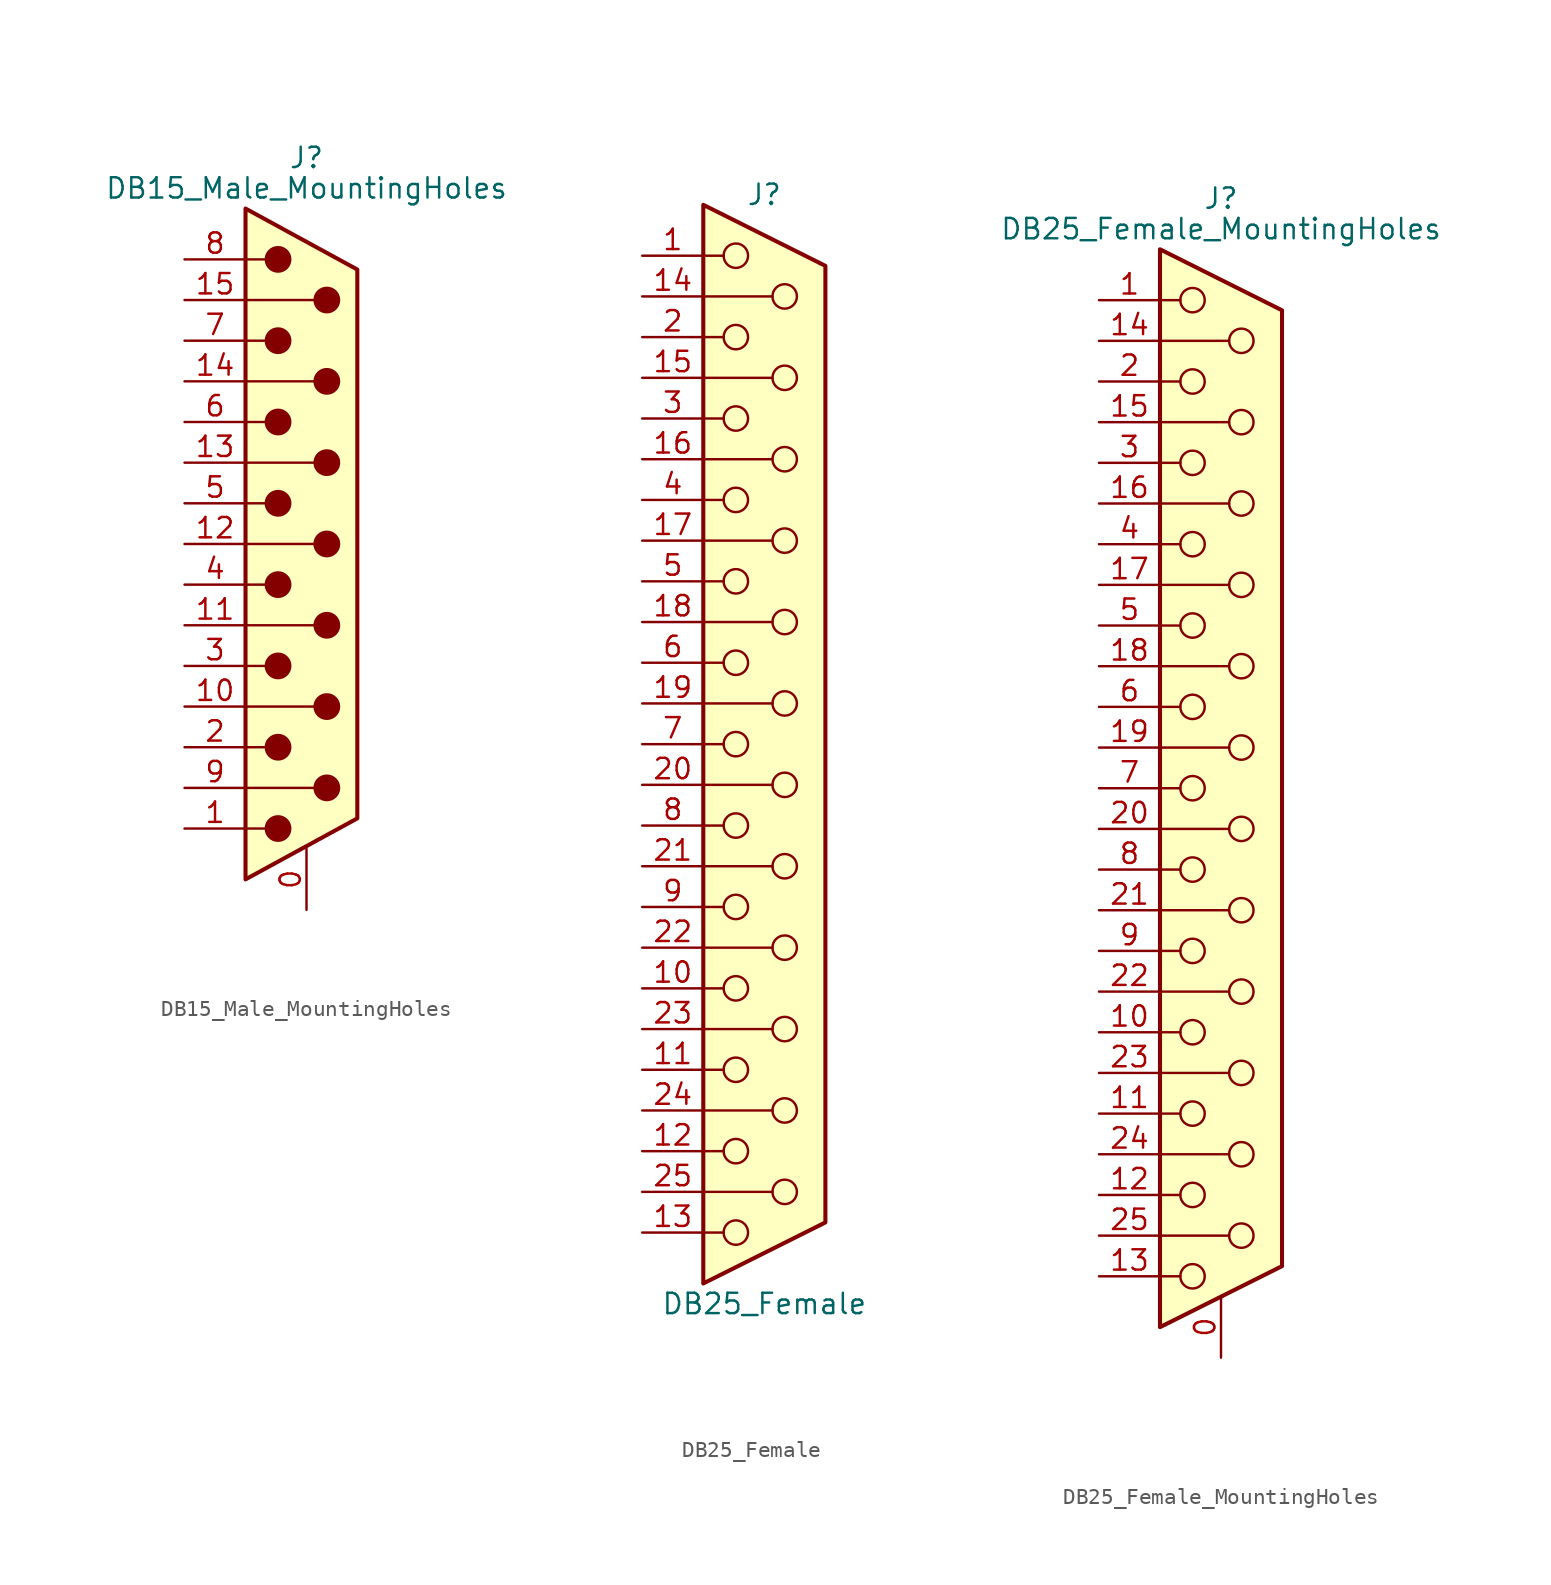
<source format=kicad_sym>
(kicad_symbol_lib
  (version 20201005)
  (generator kicad_symbol_editor)
  (symbol "Connector:DB15_Male_MountingHoles"
    (pin_names
      (offset 1.016) hide)
    (property "Reference" "J"
      (at 0 24.13 0)
      (effects (font (size 1.27 1.27))))
    (property "Value" "DB15_Male_MountingHoles"
      (at 0 22.225 0)
      (effects (font (size 1.27 1.27))))
    (symbol "DB15_Male_MountingHoles_0_1"
      (circle (center -1.778 -17.78) (radius 0.762) (stroke (width 0)) (fill (type outline)))
      (circle (center -1.778 -12.7) (radius 0.762) (stroke (width 0)) (fill (type outline)))
      (circle (center -1.778 -7.62) (radius 0.762) (stroke (width 0)) (fill (type outline)))
      (circle (center -1.778 -2.54) (radius 0.762) (stroke (width 0)) (fill (type outline)))
      (circle (center -1.778 2.54) (radius 0.762) (stroke (width 0)) (fill (type outline)))
      (circle (center -1.778 7.62) (radius 0.762) (stroke (width 0)) (fill (type outline)))
      (circle (center -1.778 12.7) (radius 0.762) (stroke (width 0)) (fill (type outline)))
      (circle (center -1.778 17.78) (radius 0.762) (stroke (width 0)) (fill (type outline)))
      (circle (center 1.27 -15.24) (radius 0.762) (stroke (width 0)) (fill (type outline)))
      (circle (center 1.27 -10.16) (radius 0.762) (stroke (width 0)) (fill (type outline)))
      (circle (center 1.27 -5.08) (radius 0.762) (stroke (width 0)) (fill (type outline)))
      (circle (center 1.27 0) (radius 0.762) (stroke (width 0)) (fill (type outline)))
      (circle (center 1.27 5.08) (radius 0.762) (stroke (width 0)) (fill (type outline)))
      (circle (center 1.27 10.16) (radius 0.762) (stroke (width 0)) (fill (type outline)))
      (circle (center 1.27 15.24) (radius 0.762) (stroke (width 0)) (fill (type outline)))
      (polyline (pts (xy -3.81 -17.78) (xy -2.54 -17.78)) (stroke (width 0)) (fill (type none)))
      (polyline (pts (xy -3.81 -15.24) (xy 0.508 -15.24)) (stroke (width 0)) (fill (type none)))
      (polyline (pts (xy -3.81 -12.7) (xy -2.54 -12.7)) (stroke (width 0)) (fill (type none)))
      (polyline (pts (xy -3.81 -10.16) (xy 0.508 -10.16)) (stroke (width 0)) (fill (type none)))
      (polyline (pts (xy -3.81 -7.62) (xy -2.54 -7.62)) (stroke (width 0)) (fill (type none)))
      (polyline (pts (xy -3.81 -5.08) (xy 0.508 -5.08)) (stroke (width 0)) (fill (type none)))
      (polyline (pts (xy -3.81 -2.54) (xy -2.54 -2.54)) (stroke (width 0)) (fill (type none)))
      (polyline (pts (xy -3.81 0) (xy 0.508 0)) (stroke (width 0)) (fill (type none)))
      (polyline (pts (xy -3.81 2.54) (xy -2.54 2.54)) (stroke (width 0)) (fill (type none)))
      (polyline (pts (xy -3.81 5.08) (xy 0.508 5.08)) (stroke (width 0)) (fill (type none)))
      (polyline (pts (xy -3.81 7.62) (xy -2.54 7.62)) (stroke (width 0)) (fill (type none)))
      (polyline (pts (xy -3.81 10.16) (xy 0.508 10.16)) (stroke (width 0)) (fill (type none)))
      (polyline (pts (xy -3.81 12.7) (xy -2.54 12.7)) (stroke (width 0)) (fill (type none)))
      (polyline (pts (xy -3.81 15.24) (xy 0.508 15.24)) (stroke (width 0)) (fill (type none)))
      (polyline (pts (xy -3.81 17.78) (xy -2.54 17.78)) (stroke (width 0)) (fill (type none)))
      (polyline (pts (xy -3.81 -20.955) (xy 3.175 -17.145) (xy 3.175 17.145) (xy -3.81 20.955) (xy -3.81 -20.955)) (stroke (width 0.254)) (fill (type background))))
    (symbol "DB15_Male_MountingHoles_1_1"
      (pin passive line (at 0 -22.86 90) (length 3.81) (name "PAD" (effects (font (size 1.27 1.27)))) (number "0" (effects (font (size 1.27 1.27)))))
      (pin passive line (at -7.62 -17.78 0) (length 3.81) (name "1" (effects (font (size 1.27 1.27)))) (number "1" (effects (font (size 1.27 1.27)))))
      (pin passive line (at -7.62 -10.16 0) (length 3.81) (name "P10" (effects (font (size 1.27 1.27)))) (number "10" (effects (font (size 1.27 1.27)))))
      (pin passive line (at -7.62 -5.08 0) (length 3.81) (name "P111" (effects (font (size 1.27 1.27)))) (number "11" (effects (font (size 1.27 1.27)))))
      (pin passive line (at -7.62 0 0) (length 3.81) (name "P12" (effects (font (size 1.27 1.27)))) (number "12" (effects (font (size 1.27 1.27)))))
      (pin passive line (at -7.62 5.08 0) (length 3.81) (name "P13" (effects (font (size 1.27 1.27)))) (number "13" (effects (font (size 1.27 1.27)))))
      (pin passive line (at -7.62 10.16 0) (length 3.81) (name "P14" (effects (font (size 1.27 1.27)))) (number "14" (effects (font (size 1.27 1.27)))))
      (pin passive line (at -7.62 15.24 0) (length 3.81) (name "P15" (effects (font (size 1.27 1.27)))) (number "15" (effects (font (size 1.27 1.27)))))
      (pin passive line (at -7.62 -12.7 0) (length 3.81) (name "2" (effects (font (size 1.27 1.27)))) (number "2" (effects (font (size 1.27 1.27)))))
      (pin passive line (at -7.62 -7.62 0) (length 3.81) (name "3" (effects (font (size 1.27 1.27)))) (number "3" (effects (font (size 1.27 1.27)))))
      (pin passive line (at -7.62 -2.54 0) (length 3.81) (name "4" (effects (font (size 1.27 1.27)))) (number "4" (effects (font (size 1.27 1.27)))))
      (pin passive line (at -7.62 2.54 0) (length 3.81) (name "5" (effects (font (size 1.27 1.27)))) (number "5" (effects (font (size 1.27 1.27)))))
      (pin passive line (at -7.62 7.62 0) (length 3.81) (name "6" (effects (font (size 1.27 1.27)))) (number "6" (effects (font (size 1.27 1.27)))))
      (pin passive line (at -7.62 12.7 0) (length 3.81) (name "7" (effects (font (size 1.27 1.27)))) (number "7" (effects (font (size 1.27 1.27)))))
      (pin passive line (at -7.62 17.78 0) (length 3.81) (name "8" (effects (font (size 1.27 1.27)))) (number "8" (effects (font (size 1.27 1.27)))))
      (pin passive line (at -7.62 -15.24 0) (length 3.81) (name "P9" (effects (font (size 1.27 1.27)))) (number "9" (effects (font (size 1.27 1.27)))))))
  (symbol "Connector:DB25_Female"
    (pin_names
      (offset 1.016) hide)
    (property "Reference" "J"
      (at 0 34.29 0)
      (effects (font (size 1.27 1.27))))
    (property "Value" "DB25_Female"
      (at 0 -34.925 0)
      (effects (font (size 1.27 1.27))))
    (symbol "DB25_Female_0_1"
      (circle (center -1.778 -30.48) (radius 0.762) (stroke (width 0)) (fill (type none)))
      (circle (center -1.778 -25.4) (radius 0.762) (stroke (width 0)) (fill (type none)))
      (circle (center -1.778 -20.32) (radius 0.762) (stroke (width 0)) (fill (type none)))
      (circle (center -1.778 -15.24) (radius 0.762) (stroke (width 0)) (fill (type none)))
      (circle (center -1.778 -10.16) (radius 0.762) (stroke (width 0)) (fill (type none)))
      (circle (center -1.778 -5.08) (radius 0.762) (stroke (width 0)) (fill (type none)))
      (circle (center -1.778 0) (radius 0.762) (stroke (width 0)) (fill (type none)))
      (circle (center -1.778 5.08) (radius 0.762) (stroke (width 0)) (fill (type none)))
      (circle (center -1.778 10.16) (radius 0.762) (stroke (width 0)) (fill (type none)))
      (circle (center -1.778 15.24) (radius 0.762) (stroke (width 0)) (fill (type none)))
      (circle (center -1.778 20.32) (radius 0.762) (stroke (width 0)) (fill (type none)))
      (circle (center -1.778 25.4) (radius 0.762) (stroke (width 0)) (fill (type none)))
      (circle (center -1.778 30.48) (radius 0.762) (stroke (width 0)) (fill (type none)))
      (circle (center 1.27 -27.94) (radius 0.762) (stroke (width 0)) (fill (type none)))
      (circle (center 1.27 -22.86) (radius 0.762) (stroke (width 0)) (fill (type none)))
      (circle (center 1.27 -17.78) (radius 0.762) (stroke (width 0)) (fill (type none)))
      (circle (center 1.27 -12.7) (radius 0.762) (stroke (width 0)) (fill (type none)))
      (circle (center 1.27 -7.62) (radius 0.762) (stroke (width 0)) (fill (type none)))
      (circle (center 1.27 -2.54) (radius 0.762) (stroke (width 0)) (fill (type none)))
      (circle (center 1.27 2.54) (radius 0.762) (stroke (width 0)) (fill (type none)))
      (circle (center 1.27 7.62) (radius 0.762) (stroke (width 0)) (fill (type none)))
      (circle (center 1.27 12.7) (radius 0.762) (stroke (width 0)) (fill (type none)))
      (circle (center 1.27 17.78) (radius 0.762) (stroke (width 0)) (fill (type none)))
      (circle (center 1.27 22.86) (radius 0.762) (stroke (width 0)) (fill (type none)))
      (circle (center 1.27 27.94) (radius 0.762) (stroke (width 0)) (fill (type none)))
      (polyline (pts (xy -3.81 -30.48) (xy -2.54 -30.48)) (stroke (width 0)) (fill (type none)))
      (polyline (pts (xy -3.81 -27.94) (xy 0.508 -27.94)) (stroke (width 0)) (fill (type none)))
      (polyline (pts (xy -3.81 -25.4) (xy -2.54 -25.4)) (stroke (width 0)) (fill (type none)))
      (polyline (pts (xy -3.81 -22.86) (xy 0.508 -22.86)) (stroke (width 0)) (fill (type none)))
      (polyline (pts (xy -3.81 -20.32) (xy -2.54 -20.32)) (stroke (width 0)) (fill (type none)))
      (polyline (pts (xy -3.81 -17.78) (xy 0.508 -17.78)) (stroke (width 0)) (fill (type none)))
      (polyline (pts (xy -3.81 -15.24) (xy -2.54 -15.24)) (stroke (width 0)) (fill (type none)))
      (polyline (pts (xy -3.81 -12.7) (xy 0.508 -12.7)) (stroke (width 0)) (fill (type none)))
      (polyline (pts (xy -3.81 -10.16) (xy -2.54 -10.16)) (stroke (width 0)) (fill (type none)))
      (polyline (pts (xy -3.81 -7.62) (xy 0.508 -7.62)) (stroke (width 0)) (fill (type none)))
      (polyline (pts (xy -3.81 -5.08) (xy -2.54 -5.08)) (stroke (width 0)) (fill (type none)))
      (polyline (pts (xy -3.81 -2.54) (xy 0.508 -2.54)) (stroke (width 0)) (fill (type none)))
      (polyline (pts (xy -3.81 0) (xy -2.54 0)) (stroke (width 0)) (fill (type none)))
      (polyline (pts (xy -3.81 2.54) (xy 0.508 2.54)) (stroke (width 0)) (fill (type none)))
      (polyline (pts (xy -3.81 5.08) (xy -2.54 5.08)) (stroke (width 0)) (fill (type none)))
      (polyline (pts (xy -3.81 7.62) (xy 0.508 7.62)) (stroke (width 0)) (fill (type none)))
      (polyline (pts (xy -3.81 10.16) (xy -2.54 10.16)) (stroke (width 0)) (fill (type none)))
      (polyline (pts (xy -3.81 12.7) (xy 0.508 12.7)) (stroke (width 0)) (fill (type none)))
      (polyline (pts (xy -3.81 15.24) (xy -2.54 15.24)) (stroke (width 0)) (fill (type none)))
      (polyline (pts (xy -3.81 17.78) (xy 0.508 17.78)) (stroke (width 0)) (fill (type none)))
      (polyline (pts (xy -3.81 20.32) (xy -2.54 20.32)) (stroke (width 0)) (fill (type none)))
      (polyline (pts (xy -3.81 22.86) (xy 0.508 22.86)) (stroke (width 0)) (fill (type none)))
      (polyline (pts (xy -3.81 25.4) (xy -2.54 25.4)) (stroke (width 0)) (fill (type none)))
      (polyline (pts (xy -3.81 27.94) (xy 0.508 27.94)) (stroke (width 0)) (fill (type none)))
      (polyline (pts (xy -3.81 30.48) (xy -2.54 30.48)) (stroke (width 0)) (fill (type none)))
      (polyline (pts (xy -3.81 33.655) (xy 3.81 29.845) (xy 3.81 -29.845) (xy -3.81 -33.655) (xy -3.81 33.655)) (stroke (width 0.254)) (fill (type background))))
    (symbol "DB25_Female_1_1"
      (pin passive line (at -7.62 30.48 0) (length 3.81) (name "1" (effects (font (size 1.27 1.27)))) (number "1" (effects (font (size 1.27 1.27)))))
      (pin passive line (at -7.62 -15.24 0) (length 3.81) (name "10" (effects (font (size 1.27 1.27)))) (number "10" (effects (font (size 1.27 1.27)))))
      (pin passive line (at -7.62 -20.32 0) (length 3.81) (name "11" (effects (font (size 1.27 1.27)))) (number "11" (effects (font (size 1.27 1.27)))))
      (pin passive line (at -7.62 -25.4 0) (length 3.81) (name "12" (effects (font (size 1.27 1.27)))) (number "12" (effects (font (size 1.27 1.27)))))
      (pin passive line (at -7.62 -30.48 0) (length 3.81) (name "13" (effects (font (size 1.27 1.27)))) (number "13" (effects (font (size 1.27 1.27)))))
      (pin passive line (at -7.62 27.94 0) (length 3.81) (name "P14" (effects (font (size 1.27 1.27)))) (number "14" (effects (font (size 1.27 1.27)))))
      (pin passive line (at -7.62 22.86 0) (length 3.81) (name "P15" (effects (font (size 1.27 1.27)))) (number "15" (effects (font (size 1.27 1.27)))))
      (pin passive line (at -7.62 17.78 0) (length 3.81) (name "P16" (effects (font (size 1.27 1.27)))) (number "16" (effects (font (size 1.27 1.27)))))
      (pin passive line (at -7.62 12.7 0) (length 3.81) (name "P17" (effects (font (size 1.27 1.27)))) (number "17" (effects (font (size 1.27 1.27)))))
      (pin passive line (at -7.62 7.62 0) (length 3.81) (name "P18" (effects (font (size 1.27 1.27)))) (number "18" (effects (font (size 1.27 1.27)))))
      (pin passive line (at -7.62 2.54 0) (length 3.81) (name "P19" (effects (font (size 1.27 1.27)))) (number "19" (effects (font (size 1.27 1.27)))))
      (pin passive line (at -7.62 25.4 0) (length 3.81) (name "2" (effects (font (size 1.27 1.27)))) (number "2" (effects (font (size 1.27 1.27)))))
      (pin passive line (at -7.62 -2.54 0) (length 3.81) (name "P20" (effects (font (size 1.27 1.27)))) (number "20" (effects (font (size 1.27 1.27)))))
      (pin passive line (at -7.62 -7.62 0) (length 3.81) (name "P21" (effects (font (size 1.27 1.27)))) (number "21" (effects (font (size 1.27 1.27)))))
      (pin passive line (at -7.62 -12.7 0) (length 3.81) (name "P22" (effects (font (size 1.27 1.27)))) (number "22" (effects (font (size 1.27 1.27)))))
      (pin passive line (at -7.62 -17.78 0) (length 3.81) (name "P23" (effects (font (size 1.27 1.27)))) (number "23" (effects (font (size 1.27 1.27)))))
      (pin passive line (at -7.62 -22.86 0) (length 3.81) (name "P24" (effects (font (size 1.27 1.27)))) (number "24" (effects (font (size 1.27 1.27)))))
      (pin passive line (at -7.62 -27.94 0) (length 3.81) (name "P25" (effects (font (size 1.27 1.27)))) (number "25" (effects (font (size 1.27 1.27)))))
      (pin passive line (at -7.62 20.32 0) (length 3.81) (name "3" (effects (font (size 1.27 1.27)))) (number "3" (effects (font (size 1.27 1.27)))))
      (pin passive line (at -7.62 15.24 0) (length 3.81) (name "4" (effects (font (size 1.27 1.27)))) (number "4" (effects (font (size 1.27 1.27)))))
      (pin passive line (at -7.62 10.16 0) (length 3.81) (name "5" (effects (font (size 1.27 1.27)))) (number "5" (effects (font (size 1.27 1.27)))))
      (pin passive line (at -7.62 5.08 0) (length 3.81) (name "6" (effects (font (size 1.27 1.27)))) (number "6" (effects (font (size 1.27 1.27)))))
      (pin passive line (at -7.62 0 0) (length 3.81) (name "7" (effects (font (size 1.27 1.27)))) (number "7" (effects (font (size 1.27 1.27)))))
      (pin passive line (at -7.62 -5.08 0) (length 3.81) (name "8" (effects (font (size 1.27 1.27)))) (number "8" (effects (font (size 1.27 1.27)))))
      (pin passive line (at -7.62 -10.16 0) (length 3.81) (name "9" (effects (font (size 1.27 1.27)))) (number "9" (effects (font (size 1.27 1.27)))))))
  (symbol "Connector:DB25_Female_MountingHoles"
    (pin_names
      (offset 1.016) hide)
    (property "Reference" "J"
      (at 0 36.83 0)
      (effects (font (size 1.27 1.27))))
    (property "Value" "DB25_Female_MountingHoles"
      (at 0 34.925 0)
      (effects (font (size 1.27 1.27))))
    (symbol "DB25_Female_MountingHoles_0_1"
      (circle (center -1.778 -30.48) (radius 0.762) (stroke (width 0)) (fill (type none)))
      (circle (center -1.778 -25.4) (radius 0.762) (stroke (width 0)) (fill (type none)))
      (circle (center -1.778 -20.32) (radius 0.762) (stroke (width 0)) (fill (type none)))
      (circle (center -1.778 -15.24) (radius 0.762) (stroke (width 0)) (fill (type none)))
      (circle (center -1.778 -10.16) (radius 0.762) (stroke (width 0)) (fill (type none)))
      (circle (center -1.778 -5.08) (radius 0.762) (stroke (width 0)) (fill (type none)))
      (circle (center -1.778 0) (radius 0.762) (stroke (width 0)) (fill (type none)))
      (circle (center -1.778 5.08) (radius 0.762) (stroke (width 0)) (fill (type none)))
      (circle (center -1.778 10.16) (radius 0.762) (stroke (width 0)) (fill (type none)))
      (circle (center -1.778 15.24) (radius 0.762) (stroke (width 0)) (fill (type none)))
      (circle (center -1.778 20.32) (radius 0.762) (stroke (width 0)) (fill (type none)))
      (circle (center -1.778 25.4) (radius 0.762) (stroke (width 0)) (fill (type none)))
      (circle (center -1.778 30.48) (radius 0.762) (stroke (width 0)) (fill (type none)))
      (circle (center 1.27 -27.94) (radius 0.762) (stroke (width 0)) (fill (type none)))
      (circle (center 1.27 -22.86) (radius 0.762) (stroke (width 0)) (fill (type none)))
      (circle (center 1.27 -17.78) (radius 0.762) (stroke (width 0)) (fill (type none)))
      (circle (center 1.27 -12.7) (radius 0.762) (stroke (width 0)) (fill (type none)))
      (circle (center 1.27 -7.62) (radius 0.762) (stroke (width 0)) (fill (type none)))
      (circle (center 1.27 -2.54) (radius 0.762) (stroke (width 0)) (fill (type none)))
      (circle (center 1.27 2.54) (radius 0.762) (stroke (width 0)) (fill (type none)))
      (circle (center 1.27 7.62) (radius 0.762) (stroke (width 0)) (fill (type none)))
      (circle (center 1.27 12.7) (radius 0.762) (stroke (width 0)) (fill (type none)))
      (circle (center 1.27 17.78) (radius 0.762) (stroke (width 0)) (fill (type none)))
      (circle (center 1.27 22.86) (radius 0.762) (stroke (width 0)) (fill (type none)))
      (circle (center 1.27 27.94) (radius 0.762) (stroke (width 0)) (fill (type none)))
      (polyline (pts (xy -3.81 -30.48) (xy -2.54 -30.48)) (stroke (width 0)) (fill (type none)))
      (polyline (pts (xy -3.81 -27.94) (xy 0.508 -27.94)) (stroke (width 0)) (fill (type none)))
      (polyline (pts (xy -3.81 -25.4) (xy -2.54 -25.4)) (stroke (width 0)) (fill (type none)))
      (polyline (pts (xy -3.81 -22.86) (xy 0.508 -22.86)) (stroke (width 0)) (fill (type none)))
      (polyline (pts (xy -3.81 -20.32) (xy -2.54 -20.32)) (stroke (width 0)) (fill (type none)))
      (polyline (pts (xy -3.81 -17.78) (xy 0.508 -17.78)) (stroke (width 0)) (fill (type none)))
      (polyline (pts (xy -3.81 -15.24) (xy -2.54 -15.24)) (stroke (width 0)) (fill (type none)))
      (polyline (pts (xy -3.81 -12.7) (xy 0.508 -12.7)) (stroke (width 0)) (fill (type none)))
      (polyline (pts (xy -3.81 -10.16) (xy -2.54 -10.16)) (stroke (width 0)) (fill (type none)))
      (polyline (pts (xy -3.81 -7.62) (xy 0.508 -7.62)) (stroke (width 0)) (fill (type none)))
      (polyline (pts (xy -3.81 -5.08) (xy -2.54 -5.08)) (stroke (width 0)) (fill (type none)))
      (polyline (pts (xy -3.81 -2.54) (xy 0.508 -2.54)) (stroke (width 0)) (fill (type none)))
      (polyline (pts (xy -3.81 0) (xy -2.54 0)) (stroke (width 0)) (fill (type none)))
      (polyline (pts (xy -3.81 2.54) (xy 0.508 2.54)) (stroke (width 0)) (fill (type none)))
      (polyline (pts (xy -3.81 5.08) (xy -2.54 5.08)) (stroke (width 0)) (fill (type none)))
      (polyline (pts (xy -3.81 7.62) (xy 0.508 7.62)) (stroke (width 0)) (fill (type none)))
      (polyline (pts (xy -3.81 10.16) (xy -2.54 10.16)) (stroke (width 0)) (fill (type none)))
      (polyline (pts (xy -3.81 12.7) (xy 0.508 12.7)) (stroke (width 0)) (fill (type none)))
      (polyline (pts (xy -3.81 15.24) (xy -2.54 15.24)) (stroke (width 0)) (fill (type none)))
      (polyline (pts (xy -3.81 17.78) (xy 0.508 17.78)) (stroke (width 0)) (fill (type none)))
      (polyline (pts (xy -3.81 20.32) (xy -2.54 20.32)) (stroke (width 0)) (fill (type none)))
      (polyline (pts (xy -3.81 22.86) (xy 0.508 22.86)) (stroke (width 0)) (fill (type none)))
      (polyline (pts (xy -3.81 25.4) (xy -2.54 25.4)) (stroke (width 0)) (fill (type none)))
      (polyline (pts (xy -3.81 27.94) (xy 0.508 27.94)) (stroke (width 0)) (fill (type none)))
      (polyline (pts (xy -3.81 30.48) (xy -2.54 30.48)) (stroke (width 0)) (fill (type none)))
      (polyline (pts (xy -3.81 33.655) (xy 3.81 29.845) (xy 3.81 -29.845) (xy -3.81 -33.655) (xy -3.81 33.655)) (stroke (width 0.254)) (fill (type background))))
    (symbol "DB25_Female_MountingHoles_1_1"
      (pin passive line (at 0 -35.56 90) (length 3.81) (name "PAD" (effects (font (size 1.27 1.27)))) (number "0" (effects (font (size 1.27 1.27)))))
      (pin passive line (at -7.62 30.48 0) (length 3.81) (name "1" (effects (font (size 1.27 1.27)))) (number "1" (effects (font (size 1.27 1.27)))))
      (pin passive line (at -7.62 -15.24 0) (length 3.81) (name "10" (effects (font (size 1.27 1.27)))) (number "10" (effects (font (size 1.27 1.27)))))
      (pin passive line (at -7.62 -20.32 0) (length 3.81) (name "11" (effects (font (size 1.27 1.27)))) (number "11" (effects (font (size 1.27 1.27)))))
      (pin passive line (at -7.62 -25.4 0) (length 3.81) (name "12" (effects (font (size 1.27 1.27)))) (number "12" (effects (font (size 1.27 1.27)))))
      (pin passive line (at -7.62 -30.48 0) (length 3.81) (name "13" (effects (font (size 1.27 1.27)))) (number "13" (effects (font (size 1.27 1.27)))))
      (pin passive line (at -7.62 27.94 0) (length 3.81) (name "P14" (effects (font (size 1.27 1.27)))) (number "14" (effects (font (size 1.27 1.27)))))
      (pin passive line (at -7.62 22.86 0) (length 3.81) (name "P15" (effects (font (size 1.27 1.27)))) (number "15" (effects (font (size 1.27 1.27)))))
      (pin passive line (at -7.62 17.78 0) (length 3.81) (name "P16" (effects (font (size 1.27 1.27)))) (number "16" (effects (font (size 1.27 1.27)))))
      (pin passive line (at -7.62 12.7 0) (length 3.81) (name "P17" (effects (font (size 1.27 1.27)))) (number "17" (effects (font (size 1.27 1.27)))))
      (pin passive line (at -7.62 7.62 0) (length 3.81) (name "P18" (effects (font (size 1.27 1.27)))) (number "18" (effects (font (size 1.27 1.27)))))
      (pin passive line (at -7.62 2.54 0) (length 3.81) (name "P19" (effects (font (size 1.27 1.27)))) (number "19" (effects (font (size 1.27 1.27)))))
      (pin passive line (at -7.62 25.4 0) (length 3.81) (name "2" (effects (font (size 1.27 1.27)))) (number "2" (effects (font (size 1.27 1.27)))))
      (pin passive line (at -7.62 -2.54 0) (length 3.81) (name "P20" (effects (font (size 1.27 1.27)))) (number "20" (effects (font (size 1.27 1.27)))))
      (pin passive line (at -7.62 -7.62 0) (length 3.81) (name "P21" (effects (font (size 1.27 1.27)))) (number "21" (effects (font (size 1.27 1.27)))))
      (pin passive line (at -7.62 -12.7 0) (length 3.81) (name "P22" (effects (font (size 1.27 1.27)))) (number "22" (effects (font (size 1.27 1.27)))))
      (pin passive line (at -7.62 -17.78 0) (length 3.81) (name "P23" (effects (font (size 1.27 1.27)))) (number "23" (effects (font (size 1.27 1.27)))))
      (pin passive line (at -7.62 -22.86 0) (length 3.81) (name "P24" (effects (font (size 1.27 1.27)))) (number "24" (effects (font (size 1.27 1.27)))))
      (pin passive line (at -7.62 -27.94 0) (length 3.81) (name "P25" (effects (font (size 1.27 1.27)))) (number "25" (effects (font (size 1.27 1.27)))))
      (pin passive line (at -7.62 20.32 0) (length 3.81) (name "3" (effects (font (size 1.27 1.27)))) (number "3" (effects (font (size 1.27 1.27)))))
      (pin passive line (at -7.62 15.24 0) (length 3.81) (name "4" (effects (font (size 1.27 1.27)))) (number "4" (effects (font (size 1.27 1.27)))))
      (pin passive line (at -7.62 10.16 0) (length 3.81) (name "5" (effects (font (size 1.27 1.27)))) (number "5" (effects (font (size 1.27 1.27)))))
      (pin passive line (at -7.62 5.08 0) (length 3.81) (name "6" (effects (font (size 1.27 1.27)))) (number "6" (effects (font (size 1.27 1.27)))))
      (pin passive line (at -7.62 0 0) (length 3.81) (name "7" (effects (font (size 1.27 1.27)))) (number "7" (effects (font (size 1.27 1.27)))))
      (pin passive line (at -7.62 -5.08 0) (length 3.81) (name "8" (effects (font (size 1.27 1.27)))) (number "8" (effects (font (size 1.27 1.27)))))
      (pin passive line (at -7.62 -10.16 0) (length 3.81) (name "9" (effects (font (size 1.27 1.27)))) (number "9" (effects (font (size 1.27 1.27))))))))
</source>
